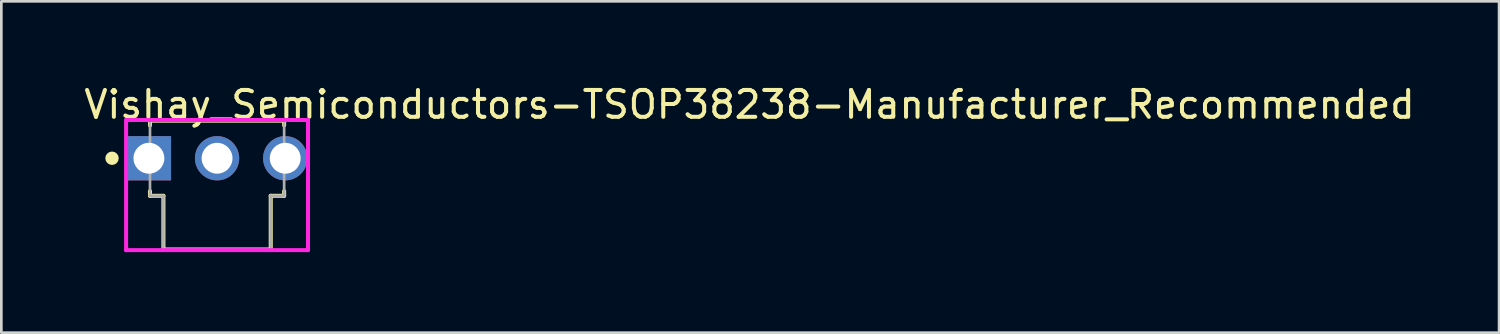
<source format=kicad_pcb>
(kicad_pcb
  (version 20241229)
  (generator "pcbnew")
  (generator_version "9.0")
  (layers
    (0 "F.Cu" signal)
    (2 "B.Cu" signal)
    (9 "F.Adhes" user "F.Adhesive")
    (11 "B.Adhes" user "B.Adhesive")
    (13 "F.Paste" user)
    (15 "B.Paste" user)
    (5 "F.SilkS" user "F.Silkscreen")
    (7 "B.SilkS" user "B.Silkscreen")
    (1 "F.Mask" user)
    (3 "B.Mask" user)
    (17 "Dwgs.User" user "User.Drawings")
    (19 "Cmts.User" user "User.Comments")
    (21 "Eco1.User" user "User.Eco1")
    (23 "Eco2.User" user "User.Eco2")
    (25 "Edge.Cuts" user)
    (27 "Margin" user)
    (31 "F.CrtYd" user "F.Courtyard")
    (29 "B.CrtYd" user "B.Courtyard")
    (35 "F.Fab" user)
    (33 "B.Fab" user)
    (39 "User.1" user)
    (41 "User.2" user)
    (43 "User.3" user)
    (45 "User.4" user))
  (footprint "Vishay_Semiconductors-TSOP38238-Manufacturer_Recommended"
    (layer "F.Cu")
    (at 5.04 2.848)
    (property "Reference" "Vishay_Semiconductors-TSOP38238-Manufacturer_Recommended" (at -5.04 -2 0) (layer "F.SilkS") (effects (font (size 1 1) (thickness 0.15)) (justify left)))
    (attr through_hole)
    (fp_line (start -2.5 -1.4) (end 2.5 -1.4) (stroke (width 0.15) (type solid)) (layer "F.SilkS"))
    (fp_line (start -2.5 -1.225) (end -2.5 -1.4) (stroke (width 0.15) (type solid)) (layer "F.SilkS"))
    (fp_line (start -2.5 1.4) (end -2.5 1.225) (stroke (width 0.15) (type solid)) (layer "F.SilkS"))
    (fp_line (start -2.5 1.4) (end -2 1.4) (stroke (width 0.15) (type solid)) (layer "F.SilkS"))
    (fp_line (start -2 3.4) (end 2 3.4) (stroke (width 0.15) (type solid)) (layer "F.SilkS"))
    (fp_line (start -2 3.4) (end -2 1.4) (stroke (width 0.15) (type solid)) (layer "F.SilkS"))
    (fp_line (start 2 1.4) (end 2.5 1.4) (stroke (width 0.15) (type solid)) (layer "F.SilkS"))
    (fp_line (start 2 3.4) (end 2 1.4) (stroke (width 0.15) (type solid)) (layer "F.SilkS"))
    (fp_line (start 2.5 -1.225) (end 2.5 -1.4) (stroke (width 0.15) (type solid)) (layer "F.SilkS"))
    (fp_line (start 2.5 1.4) (end 2.5 1.225) (stroke (width 0.15) (type solid)) (layer "F.SilkS"))
    (fp_circle (center -3.915 0) (end -3.79 0) (stroke (width 0.25) (type solid)) (fill no) (layer "F.SilkS"))
    (fp_line (start -3.39 -1.425) (end -3.39 3.425) (stroke (width 0.15) (type solid)) (layer "F.CrtYd"))
    (fp_line (start -3.39 3.425) (end 3.39 3.425) (stroke (width 0.15) (type solid)) (layer "F.CrtYd"))
    (fp_line (start 3.39 -1.425) (end -3.39 -1.425) (stroke (width 0.15) (type solid)) (layer "F.CrtYd"))
    (fp_line (start 3.39 -1.425) (end 3.39 -1.425) (stroke (width 0.15) (type solid)) (layer "F.CrtYd"))
    (fp_line (start 3.39 3.425) (end 3.39 -1.425) (stroke (width 0.15) (type solid)) (layer "F.CrtYd"))
    (fp_line (start -2.5 -1.4) (end 2.5 -1.4) (stroke (width 0.1) (type solid)) (layer "F.Fab"))
    (fp_line (start -2.5 1.4) (end -2.5 -1.4) (stroke (width 0.1) (type solid)) (layer "F.Fab"))
    (fp_line (start -2.5 1.4) (end -2 1.4) (stroke (width 0.1) (type solid)) (layer "F.Fab"))
    (fp_line (start -2 3.4) (end 2 3.4) (stroke (width 0.1) (type solid)) (layer "F.Fab"))
    (fp_line (start -2 3.4) (end -2 1.4) (stroke (width 0.1) (type solid)) (layer "F.Fab"))
    (fp_line (start 2 1.4) (end 2.5 1.4) (stroke (width 0.1) (type solid)) (layer "F.Fab"))
    (fp_line (start 2 3.4) (end 2 1.4) (stroke (width 0.1) (type solid)) (layer "F.Fab"))
    (fp_line (start 2.5 1.4) (end 2.5 -1.4) (stroke (width 0.1) (type solid)) (layer "F.Fab"))
    (pad "1" thru_hole rect (at -2.54 0 270) (size 1.65 1.65) (drill 1.15) (layers "*.Cu"))
    (pad "2" thru_hole circle (at 0 0 270) (size 1.65 1.65) (drill 1.15) (layers "*.Cu"))
    (pad "3" thru_hole circle (at 2.54 0 270) (size 1.65 1.65) (drill 1.15) (layers "*.Cu")))
  (gr_rect
    (start -3 -3)
    (end 52.821 9.348)
    (stroke (width 0.1) (type default))
    (fill no)
    (layer "Edge.Cuts")))
</source>
